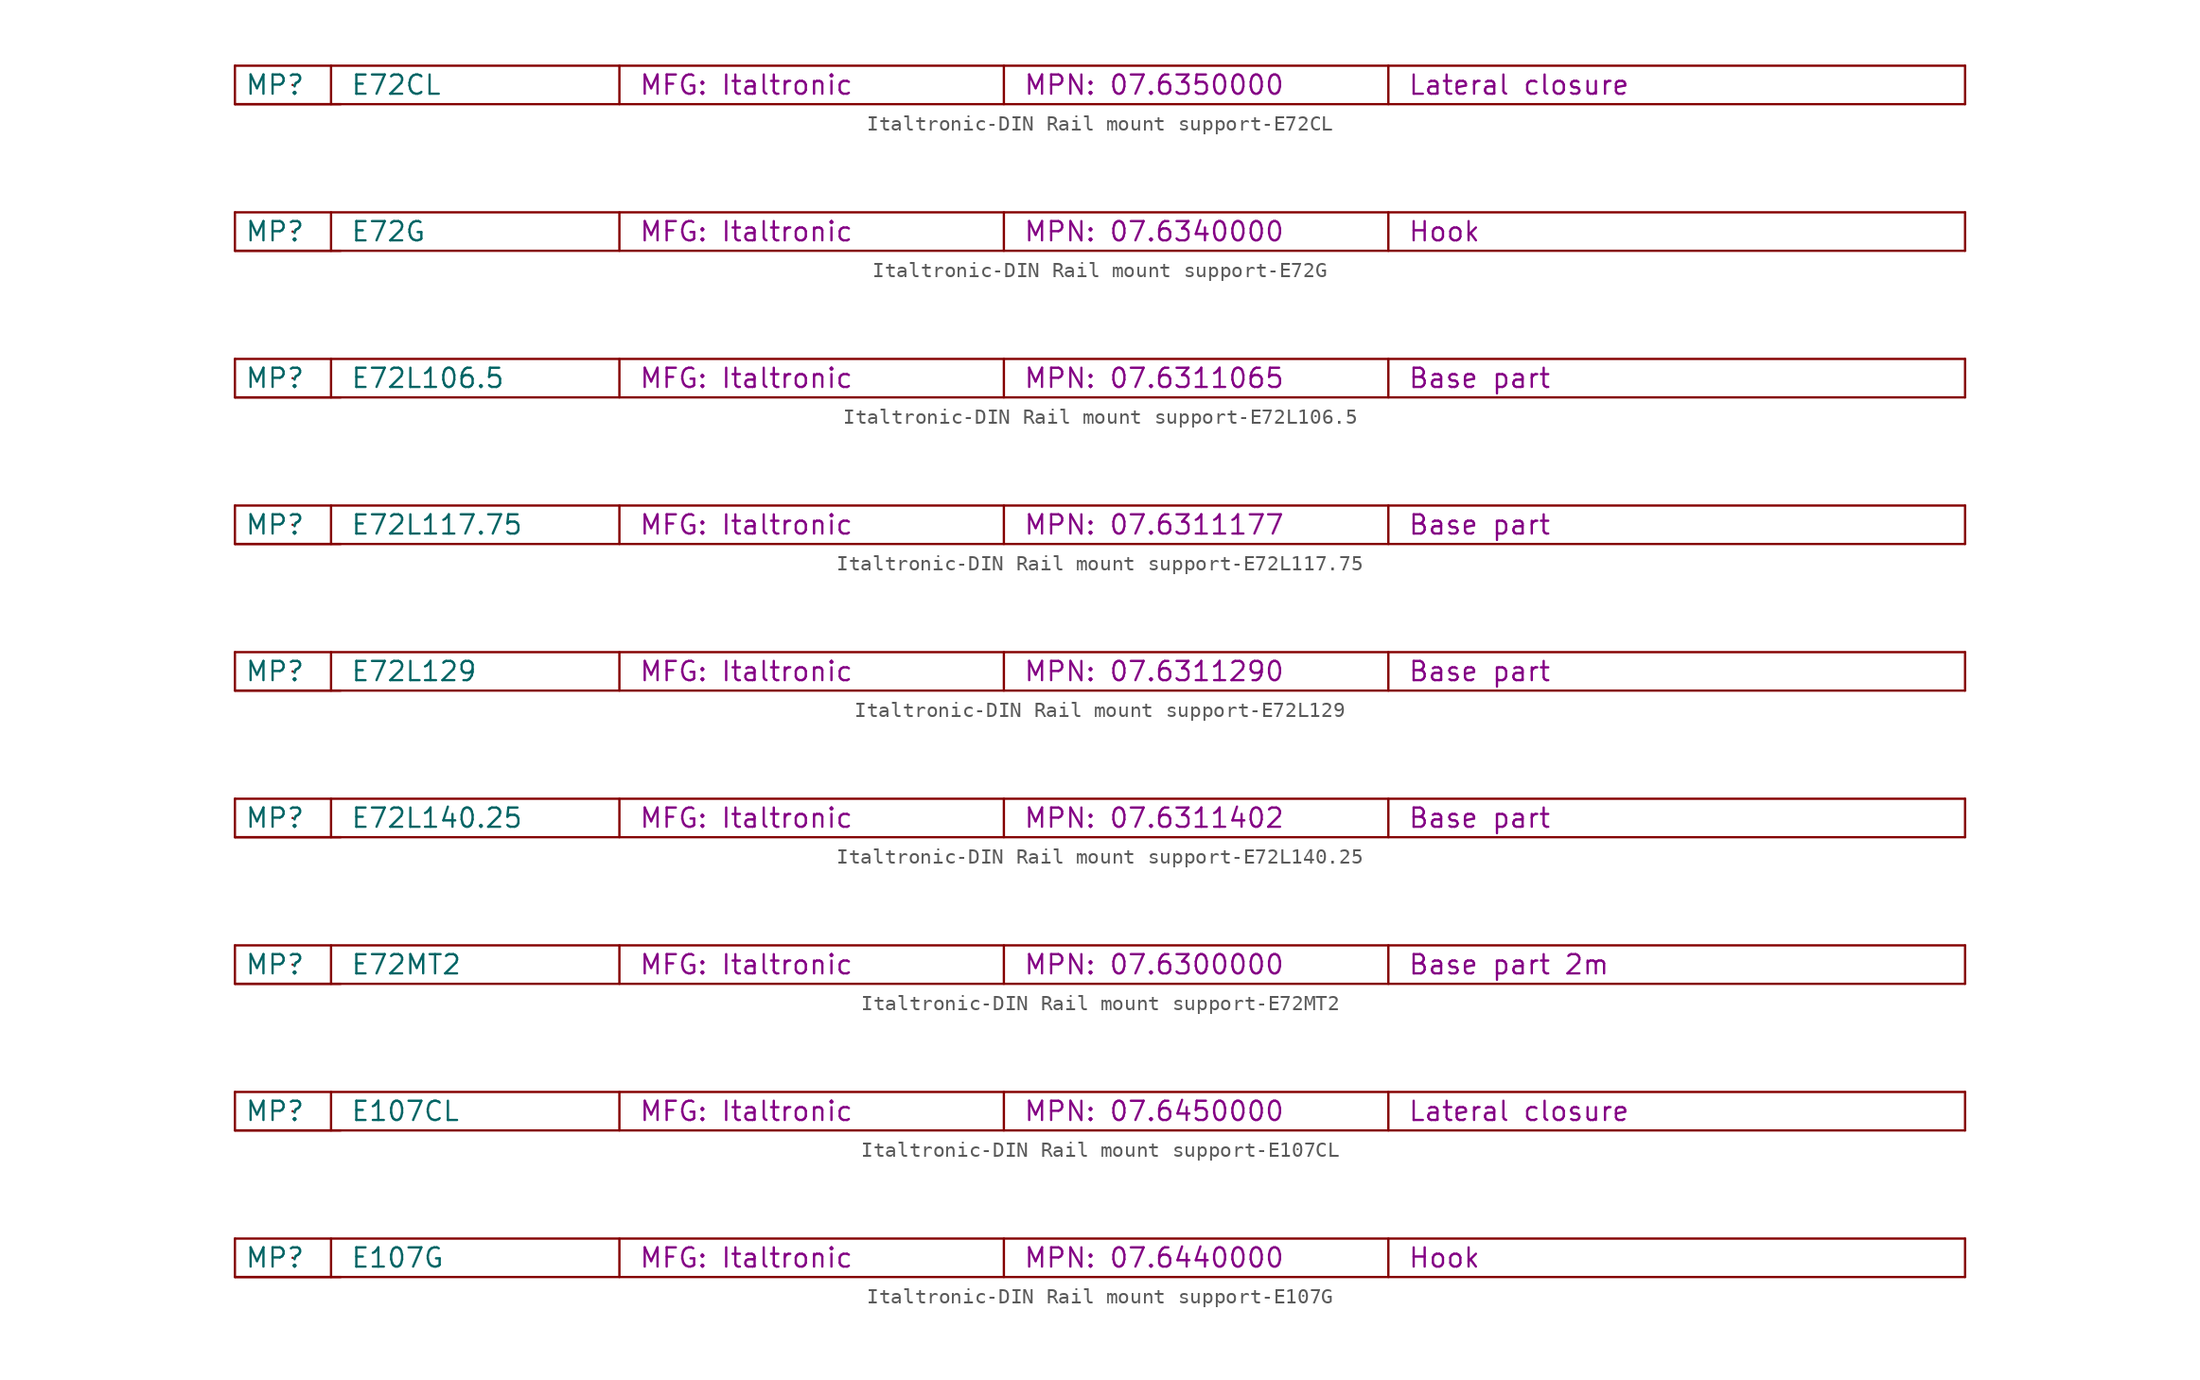
<source format=kicad_sym>
(kicad_symbol_lib
  (version 20220914)
  (generator kicad_symbol_editor)
  (symbol "Italtronic-DIN Rail mount support-E72CL"
    (pin_numbers hide)
    (pin_names
      (offset 0) hide)
    (property "Reference" "MP"
      (at 0.635 1.27 0)
      (do_not_autoplace)
      (effects (font (size 1.27 1.27)) (justify left)))
    (property "Value" "E72CL"
      (at 7.62 1.27 0)
      (do_not_autoplace)
      (effects (font (size 1.27 1.27)) (justify left)))
    (property "MFG" "Italtronic"
      (at 26.67 1.27 0)
      (show_name)
      (do_not_autoplace)
      (effects (font (size 1.27 1.27)) (justify left)))
    (property "MPN" "07.6350000"
      (at 52.07 1.27 0)
      (show_name)
      (do_not_autoplace)
      (effects (font (size 1.27 1.27)) (justify left)))
    (property "Z-SYSCODE" ""
      (at 6.985 1.27 0)
      (do_not_autoplace)
      (effects (font (size 1.27 1.27)) (justify left)))
    (property "Comment" "Lateral closure"
      (at 77.47 1.27 0)
      (effects (font (size 1.27 1.27)) (justify left)))
    (symbol "Italtronic-DIN Rail mount support-E72CL_0_1"
      (polyline (pts (xy 0 0) (xy 0 2.54)) (stroke (width 0.152) (type default)) (fill (type none)))
      (polyline (pts (xy 6.35 0) (xy 6.35 2.54)) (stroke (width 0.152) (type default)) (fill (type none)))
      (polyline (pts (xy 6.985 0) (xy 0 0)) (stroke (width 0.152) (type default)) (fill (type none)))
      (polyline (pts (xy 25.4 0) (xy 25.4 2.54)) (stroke (width 0.152) (type default)) (fill (type none)))
      (polyline (pts (xy 50.8 0) (xy 50.8 2.54)) (stroke (width 0.152) (type default)) (fill (type none)))
      (polyline (pts (xy 76.2 0) (xy 76.2 2.54)) (stroke (width 0.152) (type default)) (fill (type none)))
      (polyline (pts (xy 114.3 0) (xy 0 0)) (stroke (width 0.152) (type default)) (fill (type none)))
      (polyline (pts (xy 114.3 0) (xy 114.3 2.54)) (stroke (width 0.152) (type default)) (fill (type none)))
      (polyline (pts (xy 114.3 2.54) (xy 0 2.54)) (stroke (width 0.152) (type default)) (fill (type none)))
      (rectangle (start 3.81 1.27) (end 3.81 1.27) (stroke (width 0.152) (type default)) (fill (type none)))))
  (symbol "Italtronic-DIN Rail mount support-E72G"
    (pin_numbers hide)
    (pin_names
      (offset 0) hide)
    (property "Reference" "MP"
      (at 0.635 1.27 0)
      (do_not_autoplace)
      (effects (font (size 1.27 1.27)) (justify left)))
    (property "Value" "E72G"
      (at 7.62 1.27 0)
      (do_not_autoplace)
      (effects (font (size 1.27 1.27)) (justify left)))
    (property "MFG" "Italtronic"
      (at 26.67 1.27 0)
      (show_name)
      (do_not_autoplace)
      (effects (font (size 1.27 1.27)) (justify left)))
    (property "MPN" "07.6340000"
      (at 52.07 1.27 0)
      (show_name)
      (do_not_autoplace)
      (effects (font (size 1.27 1.27)) (justify left)))
    (property "Z-SYSCODE" ""
      (at 6.985 1.27 0)
      (do_not_autoplace)
      (effects (font (size 1.27 1.27)) (justify left)))
    (property "Comment" "Hook"
      (at 77.47 1.27 0)
      (effects (font (size 1.27 1.27)) (justify left)))
    (symbol "Italtronic-DIN Rail mount support-E72G_0_1"
      (polyline (pts (xy 0 0) (xy 0 2.54)) (stroke (width 0.152) (type default)) (fill (type none)))
      (polyline (pts (xy 6.35 0) (xy 6.35 2.54)) (stroke (width 0.152) (type default)) (fill (type none)))
      (polyline (pts (xy 6.985 0) (xy 0 0)) (stroke (width 0.152) (type default)) (fill (type none)))
      (polyline (pts (xy 25.4 0) (xy 25.4 2.54)) (stroke (width 0.152) (type default)) (fill (type none)))
      (polyline (pts (xy 50.8 0) (xy 50.8 2.54)) (stroke (width 0.152) (type default)) (fill (type none)))
      (polyline (pts (xy 76.2 0) (xy 76.2 2.54)) (stroke (width 0.152) (type default)) (fill (type none)))
      (polyline (pts (xy 114.3 0) (xy 0 0)) (stroke (width 0.152) (type default)) (fill (type none)))
      (polyline (pts (xy 114.3 0) (xy 114.3 2.54)) (stroke (width 0.152) (type default)) (fill (type none)))
      (polyline (pts (xy 114.3 2.54) (xy 0 2.54)) (stroke (width 0.152) (type default)) (fill (type none)))
      (rectangle (start 3.81 1.27) (end 3.81 1.27) (stroke (width 0.152) (type default)) (fill (type none)))))
  (symbol "Italtronic-DIN Rail mount support-E72L106.5"
    (pin_numbers hide)
    (pin_names
      (offset 0) hide)
    (property "Reference" "MP"
      (at 0.635 1.27 0)
      (do_not_autoplace)
      (effects (font (size 1.27 1.27)) (justify left)))
    (property "Value" "E72L106.5"
      (at 7.62 1.27 0)
      (do_not_autoplace)
      (effects (font (size 1.27 1.27)) (justify left)))
    (property "MFG" "Italtronic"
      (at 26.67 1.27 0)
      (show_name)
      (do_not_autoplace)
      (effects (font (size 1.27 1.27)) (justify left)))
    (property "MPN" "07.6311065"
      (at 52.07 1.27 0)
      (show_name)
      (do_not_autoplace)
      (effects (font (size 1.27 1.27)) (justify left)))
    (property "Z-SYSCODE" ""
      (at 6.985 1.27 0)
      (do_not_autoplace)
      (effects (font (size 1.27 1.27)) (justify left)))
    (property "Comment" "Base part"
      (at 77.47 1.27 0)
      (effects (font (size 1.27 1.27)) (justify left)))
    (symbol "Italtronic-DIN Rail mount support-E72L106.5_0_1"
      (polyline (pts (xy 0 0) (xy 0 2.54)) (stroke (width 0.152) (type default)) (fill (type none)))
      (polyline (pts (xy 6.35 0) (xy 6.35 2.54)) (stroke (width 0.152) (type default)) (fill (type none)))
      (polyline (pts (xy 6.985 0) (xy 0 0)) (stroke (width 0.152) (type default)) (fill (type none)))
      (polyline (pts (xy 25.4 0) (xy 25.4 2.54)) (stroke (width 0.152) (type default)) (fill (type none)))
      (polyline (pts (xy 50.8 0) (xy 50.8 2.54)) (stroke (width 0.152) (type default)) (fill (type none)))
      (polyline (pts (xy 76.2 0) (xy 76.2 2.54)) (stroke (width 0.152) (type default)) (fill (type none)))
      (polyline (pts (xy 114.3 0) (xy 0 0)) (stroke (width 0.152) (type default)) (fill (type none)))
      (polyline (pts (xy 114.3 0) (xy 114.3 2.54)) (stroke (width 0.152) (type default)) (fill (type none)))
      (polyline (pts (xy 114.3 2.54) (xy 0 2.54)) (stroke (width 0.152) (type default)) (fill (type none)))
      (rectangle (start 3.81 1.27) (end 3.81 1.27) (stroke (width 0.152) (type default)) (fill (type none)))))
  (symbol "Italtronic-DIN Rail mount support-E72L117.75"
    (pin_numbers hide)
    (pin_names
      (offset 0) hide)
    (property "Reference" "MP"
      (at 0.635 1.27 0)
      (do_not_autoplace)
      (effects (font (size 1.27 1.27)) (justify left)))
    (property "Value" "E72L117.75"
      (at 7.62 1.27 0)
      (do_not_autoplace)
      (effects (font (size 1.27 1.27)) (justify left)))
    (property "MFG" "Italtronic"
      (at 26.67 1.27 0)
      (show_name)
      (do_not_autoplace)
      (effects (font (size 1.27 1.27)) (justify left)))
    (property "MPN" "07.6311177"
      (at 52.07 1.27 0)
      (show_name)
      (do_not_autoplace)
      (effects (font (size 1.27 1.27)) (justify left)))
    (property "Z-SYSCODE" ""
      (at 6.985 1.27 0)
      (do_not_autoplace)
      (effects (font (size 1.27 1.27)) (justify left)))
    (property "Comment" "Base part"
      (at 77.47 1.27 0)
      (effects (font (size 1.27 1.27)) (justify left)))
    (symbol "Italtronic-DIN Rail mount support-E72L117.75_0_1"
      (polyline (pts (xy 0 0) (xy 0 2.54)) (stroke (width 0.152) (type default)) (fill (type none)))
      (polyline (pts (xy 6.35 0) (xy 6.35 2.54)) (stroke (width 0.152) (type default)) (fill (type none)))
      (polyline (pts (xy 6.985 0) (xy 0 0)) (stroke (width 0.152) (type default)) (fill (type none)))
      (polyline (pts (xy 25.4 0) (xy 25.4 2.54)) (stroke (width 0.152) (type default)) (fill (type none)))
      (polyline (pts (xy 50.8 0) (xy 50.8 2.54)) (stroke (width 0.152) (type default)) (fill (type none)))
      (polyline (pts (xy 76.2 0) (xy 76.2 2.54)) (stroke (width 0.152) (type default)) (fill (type none)))
      (polyline (pts (xy 114.3 0) (xy 0 0)) (stroke (width 0.152) (type default)) (fill (type none)))
      (polyline (pts (xy 114.3 0) (xy 114.3 2.54)) (stroke (width 0.152) (type default)) (fill (type none)))
      (polyline (pts (xy 114.3 2.54) (xy 0 2.54)) (stroke (width 0.152) (type default)) (fill (type none)))
      (rectangle (start 3.81 1.27) (end 3.81 1.27) (stroke (width 0.152) (type default)) (fill (type none)))))
  (symbol "Italtronic-DIN Rail mount support-E72L129"
    (pin_numbers hide)
    (pin_names
      (offset 0) hide)
    (property "Reference" "MP"
      (at 0.635 1.27 0)
      (do_not_autoplace)
      (effects (font (size 1.27 1.27)) (justify left)))
    (property "Value" "E72L129"
      (at 7.62 1.27 0)
      (do_not_autoplace)
      (effects (font (size 1.27 1.27)) (justify left)))
    (property "MFG" "Italtronic"
      (at 26.67 1.27 0)
      (show_name)
      (do_not_autoplace)
      (effects (font (size 1.27 1.27)) (justify left)))
    (property "MPN" "07.6311290"
      (at 52.07 1.27 0)
      (show_name)
      (do_not_autoplace)
      (effects (font (size 1.27 1.27)) (justify left)))
    (property "Z-SYSCODE" ""
      (at 6.985 1.27 0)
      (do_not_autoplace)
      (effects (font (size 1.27 1.27)) (justify left)))
    (property "Comment" "Base part"
      (at 77.47 1.27 0)
      (effects (font (size 1.27 1.27)) (justify left)))
    (symbol "Italtronic-DIN Rail mount support-E72L129_0_1"
      (polyline (pts (xy 0 0) (xy 0 2.54)) (stroke (width 0.152) (type default)) (fill (type none)))
      (polyline (pts (xy 6.35 0) (xy 6.35 2.54)) (stroke (width 0.152) (type default)) (fill (type none)))
      (polyline (pts (xy 6.985 0) (xy 0 0)) (stroke (width 0.152) (type default)) (fill (type none)))
      (polyline (pts (xy 25.4 0) (xy 25.4 2.54)) (stroke (width 0.152) (type default)) (fill (type none)))
      (polyline (pts (xy 50.8 0) (xy 50.8 2.54)) (stroke (width 0.152) (type default)) (fill (type none)))
      (polyline (pts (xy 76.2 0) (xy 76.2 2.54)) (stroke (width 0.152) (type default)) (fill (type none)))
      (polyline (pts (xy 114.3 0) (xy 0 0)) (stroke (width 0.152) (type default)) (fill (type none)))
      (polyline (pts (xy 114.3 0) (xy 114.3 2.54)) (stroke (width 0.152) (type default)) (fill (type none)))
      (polyline (pts (xy 114.3 2.54) (xy 0 2.54)) (stroke (width 0.152) (type default)) (fill (type none)))
      (rectangle (start 3.81 1.27) (end 3.81 1.27) (stroke (width 0.152) (type default)) (fill (type none)))))
  (symbol "Italtronic-DIN Rail mount support-E72L140.25"
    (pin_numbers hide)
    (pin_names
      (offset 0) hide)
    (property "Reference" "MP"
      (at 0.635 1.27 0)
      (do_not_autoplace)
      (effects (font (size 1.27 1.27)) (justify left)))
    (property "Value" "E72L140.25"
      (at 7.62 1.27 0)
      (do_not_autoplace)
      (effects (font (size 1.27 1.27)) (justify left)))
    (property "MFG" "Italtronic"
      (at 26.67 1.27 0)
      (show_name)
      (do_not_autoplace)
      (effects (font (size 1.27 1.27)) (justify left)))
    (property "MPN" "07.6311402"
      (at 52.07 1.27 0)
      (show_name)
      (do_not_autoplace)
      (effects (font (size 1.27 1.27)) (justify left)))
    (property "Z-SYSCODE" ""
      (at 6.985 1.27 0)
      (do_not_autoplace)
      (effects (font (size 1.27 1.27)) (justify left)))
    (property "Comment" "Base part"
      (at 77.47 1.27 0)
      (effects (font (size 1.27 1.27)) (justify left)))
    (symbol "Italtronic-DIN Rail mount support-E72L140.25_0_1"
      (polyline (pts (xy 0 0) (xy 0 2.54)) (stroke (width 0.152) (type default)) (fill (type none)))
      (polyline (pts (xy 6.35 0) (xy 6.35 2.54)) (stroke (width 0.152) (type default)) (fill (type none)))
      (polyline (pts (xy 6.985 0) (xy 0 0)) (stroke (width 0.152) (type default)) (fill (type none)))
      (polyline (pts (xy 25.4 0) (xy 25.4 2.54)) (stroke (width 0.152) (type default)) (fill (type none)))
      (polyline (pts (xy 50.8 0) (xy 50.8 2.54)) (stroke (width 0.152) (type default)) (fill (type none)))
      (polyline (pts (xy 76.2 0) (xy 76.2 2.54)) (stroke (width 0.152) (type default)) (fill (type none)))
      (polyline (pts (xy 114.3 0) (xy 0 0)) (stroke (width 0.152) (type default)) (fill (type none)))
      (polyline (pts (xy 114.3 0) (xy 114.3 2.54)) (stroke (width 0.152) (type default)) (fill (type none)))
      (polyline (pts (xy 114.3 2.54) (xy 0 2.54)) (stroke (width 0.152) (type default)) (fill (type none)))
      (rectangle (start 3.81 1.27) (end 3.81 1.27) (stroke (width 0.152) (type default)) (fill (type none)))))
  (symbol "Italtronic-DIN Rail mount support-E72MT2"
    (pin_numbers hide)
    (pin_names
      (offset 0) hide)
    (property "Reference" "MP"
      (at 0.635 1.27 0)
      (do_not_autoplace)
      (effects (font (size 1.27 1.27)) (justify left)))
    (property "Value" "E72MT2"
      (at 7.62 1.27 0)
      (do_not_autoplace)
      (effects (font (size 1.27 1.27)) (justify left)))
    (property "MFG" "Italtronic"
      (at 26.67 1.27 0)
      (show_name)
      (do_not_autoplace)
      (effects (font (size 1.27 1.27)) (justify left)))
    (property "MPN" "07.6300000"
      (at 52.07 1.27 0)
      (show_name)
      (do_not_autoplace)
      (effects (font (size 1.27 1.27)) (justify left)))
    (property "Z-SYSCODE" ""
      (at 6.985 1.27 0)
      (do_not_autoplace)
      (effects (font (size 1.27 1.27)) (justify left)))
    (property "Comment" "Base part 2m"
      (at 77.47 1.27 0)
      (effects (font (size 1.27 1.27)) (justify left)))
    (symbol "Italtronic-DIN Rail mount support-E72MT2_0_1"
      (polyline (pts (xy 0 0) (xy 0 2.54)) (stroke (width 0.152) (type default)) (fill (type none)))
      (polyline (pts (xy 6.35 0) (xy 6.35 2.54)) (stroke (width 0.152) (type default)) (fill (type none)))
      (polyline (pts (xy 6.985 0) (xy 0 0)) (stroke (width 0.152) (type default)) (fill (type none)))
      (polyline (pts (xy 25.4 0) (xy 25.4 2.54)) (stroke (width 0.152) (type default)) (fill (type none)))
      (polyline (pts (xy 50.8 0) (xy 50.8 2.54)) (stroke (width 0.152) (type default)) (fill (type none)))
      (polyline (pts (xy 76.2 0) (xy 76.2 2.54)) (stroke (width 0.152) (type default)) (fill (type none)))
      (polyline (pts (xy 114.3 0) (xy 0 0)) (stroke (width 0.152) (type default)) (fill (type none)))
      (polyline (pts (xy 114.3 0) (xy 114.3 2.54)) (stroke (width 0.152) (type default)) (fill (type none)))
      (polyline (pts (xy 114.3 2.54) (xy 0 2.54)) (stroke (width 0.152) (type default)) (fill (type none)))
      (rectangle (start 3.81 1.27) (end 3.81 1.27) (stroke (width 0.152) (type default)) (fill (type none)))))
  (symbol "Italtronic-DIN Rail mount support-E107CL"
    (pin_numbers hide)
    (pin_names
      (offset 0) hide)
    (property "Reference" "MP"
      (at 0.635 1.27 0)
      (do_not_autoplace)
      (effects (font (size 1.27 1.27)) (justify left)))
    (property "Value" "E107CL"
      (at 7.62 1.27 0)
      (do_not_autoplace)
      (effects (font (size 1.27 1.27)) (justify left)))
    (property "MFG" "Italtronic"
      (at 26.67 1.27 0)
      (show_name)
      (do_not_autoplace)
      (effects (font (size 1.27 1.27)) (justify left)))
    (property "MPN" "07.6450000"
      (at 52.07 1.27 0)
      (show_name)
      (do_not_autoplace)
      (effects (font (size 1.27 1.27)) (justify left)))
    (property "Z-SYSCODE" ""
      (at 6.985 1.27 0)
      (do_not_autoplace)
      (effects (font (size 1.27 1.27)) (justify left)))
    (property "Comment" "Lateral closure"
      (at 77.47 1.27 0)
      (effects (font (size 1.27 1.27)) (justify left)))
    (symbol "Italtronic-DIN Rail mount support-E107CL_0_1"
      (polyline (pts (xy 0 0) (xy 0 2.54)) (stroke (width 0.152) (type default)) (fill (type none)))
      (polyline (pts (xy 6.35 0) (xy 6.35 2.54)) (stroke (width 0.152) (type default)) (fill (type none)))
      (polyline (pts (xy 6.985 0) (xy 0 0)) (stroke (width 0.152) (type default)) (fill (type none)))
      (polyline (pts (xy 25.4 0) (xy 25.4 2.54)) (stroke (width 0.152) (type default)) (fill (type none)))
      (polyline (pts (xy 50.8 0) (xy 50.8 2.54)) (stroke (width 0.152) (type default)) (fill (type none)))
      (polyline (pts (xy 76.2 0) (xy 76.2 2.54)) (stroke (width 0.152) (type default)) (fill (type none)))
      (polyline (pts (xy 114.3 0) (xy 0 0)) (stroke (width 0.152) (type default)) (fill (type none)))
      (polyline (pts (xy 114.3 0) (xy 114.3 2.54)) (stroke (width 0.152) (type default)) (fill (type none)))
      (polyline (pts (xy 114.3 2.54) (xy 0 2.54)) (stroke (width 0.152) (type default)) (fill (type none)))
      (rectangle (start 3.81 1.27) (end 3.81 1.27) (stroke (width 0.152) (type default)) (fill (type none)))))
  (symbol "Italtronic-DIN Rail mount support-E107G"
    (pin_numbers hide)
    (pin_names
      (offset 0) hide)
    (property "Reference" "MP"
      (at 0.635 1.27 0)
      (do_not_autoplace)
      (effects (font (size 1.27 1.27)) (justify left)))
    (property "Value" "E107G"
      (at 7.62 1.27 0)
      (do_not_autoplace)
      (effects (font (size 1.27 1.27)) (justify left)))
    (property "MFG" "Italtronic"
      (at 26.67 1.27 0)
      (show_name)
      (do_not_autoplace)
      (effects (font (size 1.27 1.27)) (justify left)))
    (property "MPN" "07.6440000"
      (at 52.07 1.27 0)
      (show_name)
      (do_not_autoplace)
      (effects (font (size 1.27 1.27)) (justify left)))
    (property "Z-SYSCODE" ""
      (at 6.985 1.27 0)
      (do_not_autoplace)
      (effects (font (size 1.27 1.27)) (justify left)))
    (property "Comment" "Hook"
      (at 77.47 1.27 0)
      (effects (font (size 1.27 1.27)) (justify left)))
    (symbol "Italtronic-DIN Rail mount support-E107G_0_1"
      (polyline (pts (xy 0 0) (xy 0 2.54)) (stroke (width 0.152) (type default)) (fill (type none)))
      (polyline (pts (xy 6.35 0) (xy 6.35 2.54)) (stroke (width 0.152) (type default)) (fill (type none)))
      (polyline (pts (xy 6.985 0) (xy 0 0)) (stroke (width 0.152) (type default)) (fill (type none)))
      (polyline (pts (xy 25.4 0) (xy 25.4 2.54)) (stroke (width 0.152) (type default)) (fill (type none)))
      (polyline (pts (xy 50.8 0) (xy 50.8 2.54)) (stroke (width 0.152) (type default)) (fill (type none)))
      (polyline (pts (xy 76.2 0) (xy 76.2 2.54)) (stroke (width 0.152) (type default)) (fill (type none)))
      (polyline (pts (xy 114.3 0) (xy 0 0)) (stroke (width 0.152) (type default)) (fill (type none)))
      (polyline (pts (xy 114.3 0) (xy 114.3 2.54)) (stroke (width 0.152) (type default)) (fill (type none)))
      (polyline (pts (xy 114.3 2.54) (xy 0 2.54)) (stroke (width 0.152) (type default)) (fill (type none)))
      (rectangle (start 3.81 1.27) (end 3.81 1.27) (stroke (width 0.152) (type default)) (fill (type none))))))
</source>
